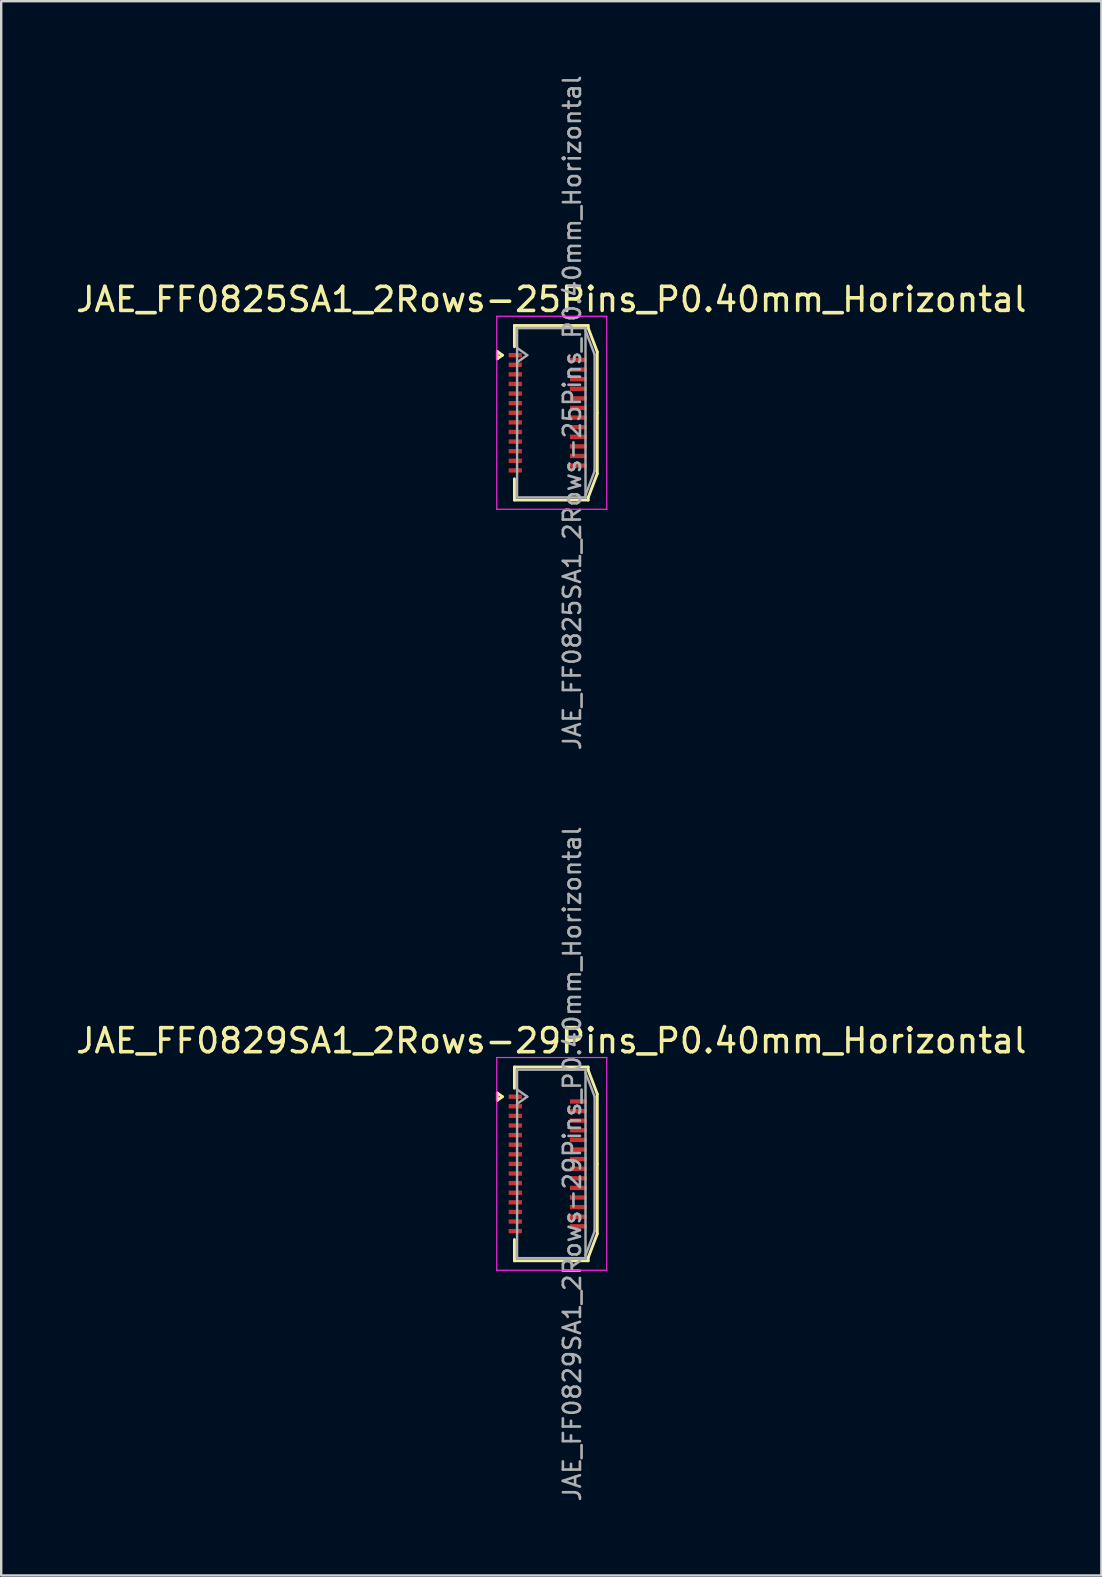
<source format=kicad_pcb>
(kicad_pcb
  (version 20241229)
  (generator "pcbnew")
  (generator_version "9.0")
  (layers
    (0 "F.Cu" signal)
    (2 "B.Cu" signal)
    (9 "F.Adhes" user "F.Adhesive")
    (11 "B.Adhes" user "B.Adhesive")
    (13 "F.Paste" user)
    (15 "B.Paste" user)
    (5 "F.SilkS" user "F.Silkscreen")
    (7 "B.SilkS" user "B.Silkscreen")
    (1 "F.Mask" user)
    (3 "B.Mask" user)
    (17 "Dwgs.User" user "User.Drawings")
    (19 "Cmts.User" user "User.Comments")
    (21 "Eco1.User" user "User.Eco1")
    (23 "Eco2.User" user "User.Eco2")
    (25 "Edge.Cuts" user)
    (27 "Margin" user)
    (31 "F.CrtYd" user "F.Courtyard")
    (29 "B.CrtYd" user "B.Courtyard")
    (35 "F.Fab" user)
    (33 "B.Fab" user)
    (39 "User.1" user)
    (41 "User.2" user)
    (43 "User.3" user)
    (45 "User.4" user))
  (footprint "JAE_FF0825SA1_2Rows-25Pins_P0.40mm_Horizontal"
    (layer "F.Cu")
    (at 19.761 14.142)
    (property "Reference" "JAE_FF0825SA1_2Rows-25Pins_P0.40mm_Horizontal" (at 0.15 -4.72 0) (layer "F.SilkS") (effects (font (size 1 1) (thickness 0.15))))
    (attr smd)
    (fp_line (start -2.097 -2.55) (end -1.885 -2.4) (stroke (width 0.12) (type solid)) (layer "F.SilkS"))
    (fp_line (start -2.097 -2.25) (end -2.097 -2.55) (stroke (width 0.12) (type solid)) (layer "F.SilkS"))
    (fp_line (start -1.885 -2.4) (end -2.097 -2.25) (stroke (width 0.12) (type solid)) (layer "F.SilkS"))
    (fp_line (start -1.385 -3.635) (end 1.685 -3.635) (stroke (width 0.12) (type solid)) (layer "F.SilkS"))
    (fp_line (start -1.385 -2.75) (end -1.385 -3.635) (stroke (width 0.12) (type solid)) (layer "F.SilkS"))
    (fp_line (start -1.385 2.75) (end -1.385 3.635) (stroke (width 0.12) (type solid)) (layer "F.SilkS"))
    (fp_line (start -1.385 3.635) (end 1.685 3.635) (stroke (width 0.12) (type solid)) (layer "F.SilkS"))
    (fp_line (start 1.685 -3.635) (end 1.685 -3.535) (stroke (width 0.12) (type solid)) (layer "F.SilkS"))
    (fp_line (start 1.685 -3.535) (end 2.065 -2.535) (stroke (width 0.12) (type solid)) (layer "F.SilkS"))
    (fp_line (start 1.685 3.535) (end 2.065 2.535) (stroke (width 0.12) (type solid)) (layer "F.SilkS"))
    (fp_line (start 1.685 3.635) (end 1.685 3.535) (stroke (width 0.12) (type solid)) (layer "F.SilkS"))
    (fp_line (start 2.065 -2.535) (end 2.065 0) (stroke (width 0.12) (type solid)) (layer "F.SilkS"))
    (fp_line (start 2.065 2.535) (end 2.065 0) (stroke (width 0.12) (type solid)) (layer "F.SilkS"))
    (fp_line (start -2.12 -4.02) (end -2.12 4.02) (stroke (width 0.05) (type solid)) (layer "F.CrtYd"))
    (fp_line (start -2.12 4.02) (end 2.46 4.02) (stroke (width 0.05) (type solid)) (layer "F.CrtYd"))
    (fp_line (start 2.46 -4.02) (end -2.12 -4.02) (stroke (width 0.05) (type solid)) (layer "F.CrtYd"))
    (fp_line (start 2.46 4.02) (end 2.46 -4.02) (stroke (width 0.05) (type solid)) (layer "F.CrtYd"))
    (fp_line (start -1.275 -3.525) (end -1.275 3.525) (stroke (width 0.1) (type solid)) (layer "F.Fab"))
    (fp_line (start -1.275 -2.7) (end -0.851 -2.4) (stroke (width 0.1) (type solid)) (layer "F.Fab"))
    (fp_line (start -1.275 3.525) (end 1.575 3.525) (stroke (width 0.1) (type solid)) (layer "F.Fab"))
    (fp_line (start -0.851 -2.4) (end -1.275 -2.1) (stroke (width 0.1) (type solid)) (layer "F.Fab"))
    (fp_line (start 1.575 -3.525) (end -1.275 -3.525) (stroke (width 0.1) (type solid)) (layer "F.Fab"))
    (fp_line (start 1.575 -3.425) (end 1.955 -2.425) (stroke (width 0.1) (type solid)) (layer "F.Fab"))
    (fp_line (start 1.575 3.525) (end 1.575 -3.525) (stroke (width 0.1) (type solid)) (layer "F.Fab"))
    (fp_line (start 1.955 -2.425) (end 1.955 2.425) (stroke (width 0.1) (type solid)) (layer "F.Fab"))
    (fp_line (start 1.955 2.425) (end 1.575 3.425) (stroke (width 0.1) (type solid)) (layer "F.Fab"))
    (fp_text user "${REFERENCE}" (at 1.02 0 90) (layer "F.Fab") (effects (font (size 0.71 0.71) (thickness 0.11))))
    (pad "1" smd rect (at -1.35 -2.4) (size 0.55 0.18) (layers "F.Cu" "F.Mask" "F.Paste"))
    (pad "2" smd rect (at 1.275 -2.2) (size 0.7 0.18) (layers "F.Cu" "F.Mask" "F.Paste"))
    (pad "3" smd rect (at -1.35 -2) (size 0.55 0.18) (layers "F.Cu" "F.Mask" "F.Paste"))
    (pad "4" smd rect (at 1.275 -1.8) (size 0.7 0.18) (layers "F.Cu" "F.Mask" "F.Paste"))
    (pad "5" smd rect (at -1.35 -1.6) (size 0.55 0.18) (layers "F.Cu" "F.Mask" "F.Paste"))
    (pad "6" smd rect (at 1.275 -1.4) (size 0.7 0.18) (layers "F.Cu" "F.Mask" "F.Paste"))
    (pad "7" smd rect (at -1.35 -1.2) (size 0.55 0.18) (layers "F.Cu" "F.Mask" "F.Paste"))
    (pad "8" smd rect (at 1.275 -1) (size 0.7 0.18) (layers "F.Cu" "F.Mask" "F.Paste"))
    (pad "9" smd rect (at -1.35 -0.8) (size 0.55 0.18) (layers "F.Cu" "F.Mask" "F.Paste"))
    (pad "10" smd rect (at 1.275 -0.6) (size 0.7 0.18) (layers "F.Cu" "F.Mask" "F.Paste"))
    (pad "11" smd rect (at -1.35 -0.4) (size 0.55 0.18) (layers "F.Cu" "F.Mask" "F.Paste"))
    (pad "12" smd rect (at 1.275 -0.2) (size 0.7 0.18) (layers "F.Cu" "F.Mask" "F.Paste"))
    (pad "13" smd rect (at -1.35 0) (size 0.55 0.18) (layers "F.Cu" "F.Mask" "F.Paste"))
    (pad "14" smd rect (at 1.275 0.2) (size 0.7 0.18) (layers "F.Cu" "F.Mask" "F.Paste"))
    (pad "15" smd rect (at -1.35 0.4) (size 0.55 0.18) (layers "F.Cu" "F.Mask" "F.Paste"))
    (pad "16" smd rect (at 1.275 0.6) (size 0.7 0.18) (layers "F.Cu" "F.Mask" "F.Paste"))
    (pad "17" smd rect (at -1.35 0.8) (size 0.55 0.18) (layers "F.Cu" "F.Mask" "F.Paste"))
    (pad "18" smd rect (at 1.275 1) (size 0.7 0.18) (layers "F.Cu" "F.Mask" "F.Paste"))
    (pad "19" smd rect (at -1.35 1.2) (size 0.55 0.18) (layers "F.Cu" "F.Mask" "F.Paste"))
    (pad "20" smd rect (at 1.275 1.4) (size 0.7 0.18) (layers "F.Cu" "F.Mask" "F.Paste"))
    (pad "21" smd rect (at -1.35 1.6) (size 0.55 0.18) (layers "F.Cu" "F.Mask" "F.Paste"))
    (pad "22" smd rect (at 1.275 1.8) (size 0.7 0.18) (layers "F.Cu" "F.Mask" "F.Paste"))
    (pad "23" smd rect (at -1.35 2) (size 0.55 0.18) (layers "F.Cu" "F.Mask" "F.Paste"))
    (pad "24" smd rect (at 1.275 2.2) (size 0.7 0.18) (layers "F.Cu" "F.Mask" "F.Paste"))
    (pad "25" smd rect (at -1.35 2.4) (size 0.55 0.18) (layers "F.Cu" "F.Mask" "F.Paste")))
  (footprint "JAE_FF0829SA1_2Rows-29Pins_P0.40mm_Horizontal"
    (layer "F.Cu")
    (at 19.761 45.426)
    (property "Reference" "JAE_FF0829SA1_2Rows-29Pins_P0.40mm_Horizontal" (at 0.15 -5.13 0) (layer "F.SilkS") (effects (font (size 1 1) (thickness 0.15))))
    (attr smd)
    (fp_line (start -2.097 -2.95) (end -1.885 -2.8) (stroke (width 0.12) (type solid)) (layer "F.SilkS"))
    (fp_line (start -2.097 -2.65) (end -2.097 -2.95) (stroke (width 0.12) (type solid)) (layer "F.SilkS"))
    (fp_line (start -1.885 -2.8) (end -2.097 -2.65) (stroke (width 0.12) (type solid)) (layer "F.SilkS"))
    (fp_line (start -1.385 -4.035) (end 1.685 -4.035) (stroke (width 0.12) (type solid)) (layer "F.SilkS"))
    (fp_line (start -1.385 -3.15) (end -1.385 -4.035) (stroke (width 0.12) (type solid)) (layer "F.SilkS"))
    (fp_line (start -1.385 3.15) (end -1.385 4.035) (stroke (width 0.12) (type solid)) (layer "F.SilkS"))
    (fp_line (start -1.385 4.035) (end 1.685 4.035) (stroke (width 0.12) (type solid)) (layer "F.SilkS"))
    (fp_line (start 1.685 -4.035) (end 1.685 -3.91) (stroke (width 0.12) (type solid)) (layer "F.SilkS"))
    (fp_line (start 1.685 -3.91) (end 2.065 -2.91) (stroke (width 0.12) (type solid)) (layer "F.SilkS"))
    (fp_line (start 1.685 3.91) (end 2.065 2.91) (stroke (width 0.12) (type solid)) (layer "F.SilkS"))
    (fp_line (start 1.685 4.035) (end 1.685 3.91) (stroke (width 0.12) (type solid)) (layer "F.SilkS"))
    (fp_line (start 2.065 -2.91) (end 2.065 0) (stroke (width 0.12) (type solid)) (layer "F.SilkS"))
    (fp_line (start 2.065 2.91) (end 2.065 0) (stroke (width 0.12) (type solid)) (layer "F.SilkS"))
    (fp_line (start -2.12 -4.43) (end -2.12 4.43) (stroke (width 0.05) (type solid)) (layer "F.CrtYd"))
    (fp_line (start -2.12 4.43) (end 2.46 4.43) (stroke (width 0.05) (type solid)) (layer "F.CrtYd"))
    (fp_line (start 2.46 -4.43) (end -2.12 -4.43) (stroke (width 0.05) (type solid)) (layer "F.CrtYd"))
    (fp_line (start 2.46 4.43) (end 2.46 -4.43) (stroke (width 0.05) (type solid)) (layer "F.CrtYd"))
    (fp_line (start -1.275 -3.925) (end -1.275 3.925) (stroke (width 0.1) (type solid)) (layer "F.Fab"))
    (fp_line (start -1.275 -3.1) (end -0.851 -2.8) (stroke (width 0.1) (type solid)) (layer "F.Fab"))
    (fp_line (start -1.275 3.925) (end 1.575 3.925) (stroke (width 0.1) (type solid)) (layer "F.Fab"))
    (fp_line (start -0.851 -2.8) (end -1.275 -2.5) (stroke (width 0.1) (type solid)) (layer "F.Fab"))
    (fp_line (start 1.575 -3.925) (end -1.275 -3.925) (stroke (width 0.1) (type solid)) (layer "F.Fab"))
    (fp_line (start 1.575 -3.8) (end 1.955 -2.8) (stroke (width 0.1) (type solid)) (layer "F.Fab"))
    (fp_line (start 1.575 3.925) (end 1.575 -3.925) (stroke (width 0.1) (type solid)) (layer "F.Fab"))
    (fp_line (start 1.955 -2.8) (end 1.955 2.8) (stroke (width 0.1) (type solid)) (layer "F.Fab"))
    (fp_line (start 1.955 2.8) (end 1.575 3.8) (stroke (width 0.1) (type solid)) (layer "F.Fab"))
    (fp_text user "${REFERENCE}" (at 1.02 0 90) (layer "F.Fab") (effects (font (size 0.71 0.71) (thickness 0.11))))
    (pad "1" smd rect (at -1.35 -2.8) (size 0.55 0.18) (layers "F.Cu" "F.Mask" "F.Paste"))
    (pad "2" smd rect (at 1.275 -2.6) (size 0.7 0.18) (layers "F.Cu" "F.Mask" "F.Paste"))
    (pad "3" smd rect (at -1.35 -2.4) (size 0.55 0.18) (layers "F.Cu" "F.Mask" "F.Paste"))
    (pad "4" smd rect (at 1.275 -2.2) (size 0.7 0.18) (layers "F.Cu" "F.Mask" "F.Paste"))
    (pad "5" smd rect (at -1.35 -2) (size 0.55 0.18) (layers "F.Cu" "F.Mask" "F.Paste"))
    (pad "6" smd rect (at 1.275 -1.8) (size 0.7 0.18) (layers "F.Cu" "F.Mask" "F.Paste"))
    (pad "7" smd rect (at -1.35 -1.6) (size 0.55 0.18) (layers "F.Cu" "F.Mask" "F.Paste"))
    (pad "8" smd rect (at 1.275 -1.4) (size 0.7 0.18) (layers "F.Cu" "F.Mask" "F.Paste"))
    (pad "9" smd rect (at -1.35 -1.2) (size 0.55 0.18) (layers "F.Cu" "F.Mask" "F.Paste"))
    (pad "10" smd rect (at 1.275 -1) (size 0.7 0.18) (layers "F.Cu" "F.Mask" "F.Paste"))
    (pad "11" smd rect (at -1.35 -0.8) (size 0.55 0.18) (layers "F.Cu" "F.Mask" "F.Paste"))
    (pad "12" smd rect (at 1.275 -0.6) (size 0.7 0.18) (layers "F.Cu" "F.Mask" "F.Paste"))
    (pad "13" smd rect (at -1.35 -0.4) (size 0.55 0.18) (layers "F.Cu" "F.Mask" "F.Paste"))
    (pad "14" smd rect (at 1.275 -0.2) (size 0.7 0.18) (layers "F.Cu" "F.Mask" "F.Paste"))
    (pad "15" smd rect (at -1.35 0) (size 0.55 0.18) (layers "F.Cu" "F.Mask" "F.Paste"))
    (pad "16" smd rect (at 1.275 0.2) (size 0.7 0.18) (layers "F.Cu" "F.Mask" "F.Paste"))
    (pad "17" smd rect (at -1.35 0.4) (size 0.55 0.18) (layers "F.Cu" "F.Mask" "F.Paste"))
    (pad "18" smd rect (at 1.275 0.6) (size 0.7 0.18) (layers "F.Cu" "F.Mask" "F.Paste"))
    (pad "19" smd rect (at -1.35 0.8) (size 0.55 0.18) (layers "F.Cu" "F.Mask" "F.Paste"))
    (pad "20" smd rect (at 1.275 1) (size 0.7 0.18) (layers "F.Cu" "F.Mask" "F.Paste"))
    (pad "21" smd rect (at -1.35 1.2) (size 0.55 0.18) (layers "F.Cu" "F.Mask" "F.Paste"))
    (pad "22" smd rect (at 1.275 1.4) (size 0.7 0.18) (layers "F.Cu" "F.Mask" "F.Paste"))
    (pad "23" smd rect (at -1.35 1.6) (size 0.55 0.18) (layers "F.Cu" "F.Mask" "F.Paste"))
    (pad "24" smd rect (at 1.275 1.8) (size 0.7 0.18) (layers "F.Cu" "F.Mask" "F.Paste"))
    (pad "25" smd rect (at -1.35 2) (size 0.55 0.18) (layers "F.Cu" "F.Mask" "F.Paste"))
    (pad "26" smd rect (at 1.275 2.2) (size 0.7 0.18) (layers "F.Cu" "F.Mask" "F.Paste"))
    (pad "27" smd rect (at -1.35 2.4) (size 0.55 0.18) (layers "F.Cu" "F.Mask" "F.Paste"))
    (pad "28" smd rect (at 1.275 2.6) (size 0.7 0.18) (layers "F.Cu" "F.Mask" "F.Paste"))
    (pad "29" smd rect (at -1.35 2.8) (size 0.55 0.18) (layers "F.Cu" "F.Mask" "F.Paste")))
  (gr_rect
    (start -3 -3)
    (end 42.821 62.567)
    (stroke (width 0.1) (type default))
    (fill no)
    (layer "Edge.Cuts")))
</source>
